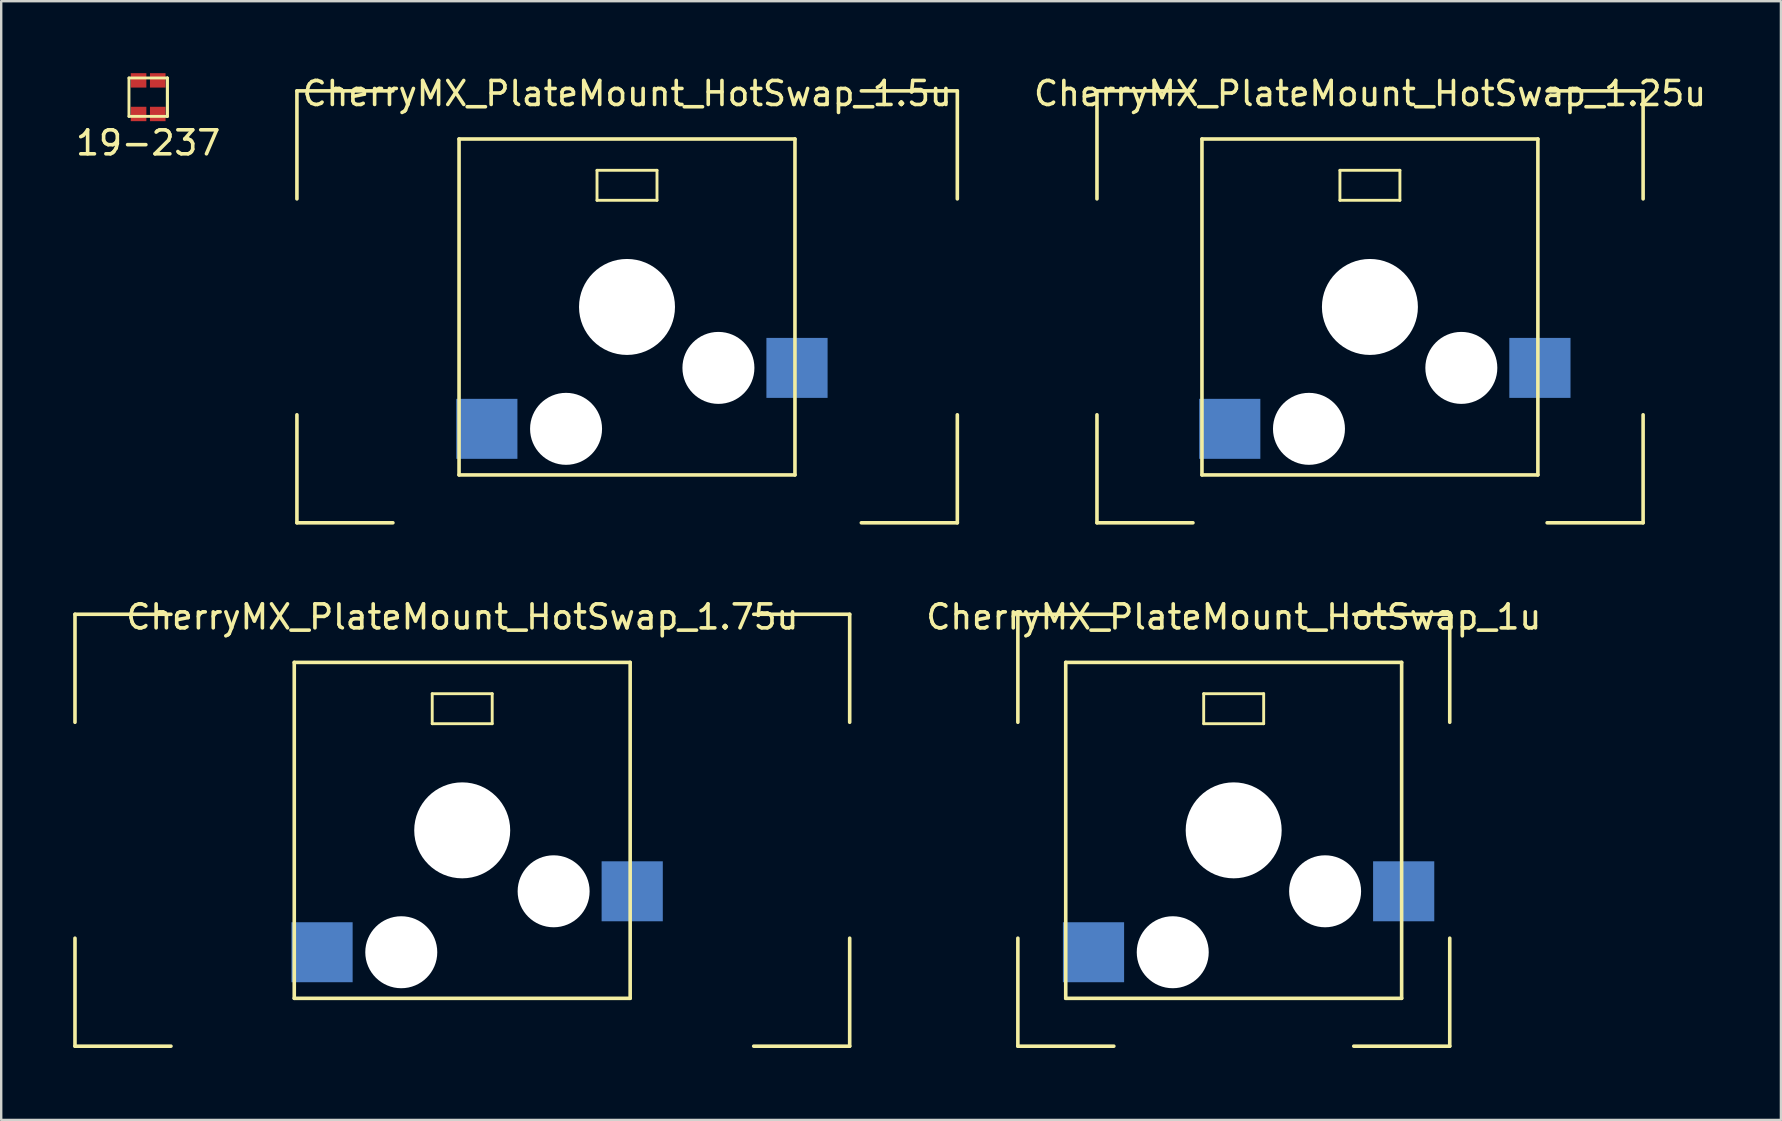
<source format=kicad_pcb>
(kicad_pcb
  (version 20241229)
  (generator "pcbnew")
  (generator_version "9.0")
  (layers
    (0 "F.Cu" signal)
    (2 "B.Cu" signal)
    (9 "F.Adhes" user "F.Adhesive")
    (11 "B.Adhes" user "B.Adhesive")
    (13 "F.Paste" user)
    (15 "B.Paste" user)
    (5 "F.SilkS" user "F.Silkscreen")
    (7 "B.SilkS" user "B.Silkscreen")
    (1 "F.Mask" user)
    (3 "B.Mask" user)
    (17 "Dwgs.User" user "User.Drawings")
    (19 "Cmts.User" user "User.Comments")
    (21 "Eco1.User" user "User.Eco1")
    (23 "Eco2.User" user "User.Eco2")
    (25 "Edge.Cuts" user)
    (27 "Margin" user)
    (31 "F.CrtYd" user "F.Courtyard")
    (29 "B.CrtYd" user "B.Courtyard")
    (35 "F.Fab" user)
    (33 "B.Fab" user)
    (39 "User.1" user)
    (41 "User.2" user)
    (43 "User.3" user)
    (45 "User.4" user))
  (footprint "CherryMX_PlateMount_HotSwap_1.75u"
    (layer "F.Cu")
    (at 16.219 31.552)
    (property "Reference" "CherryMX_PlateMount_HotSwap_1.75u" (at 0 -8.89 0) (layer "F.SilkS") (effects (font (size 1 1) (thickness 0.15))))
    (attr smd)
    (fp_line (start -16.144 -9) (end -16.144 -4.5) (stroke (width 0.15) (type solid)) (layer "F.SilkS"))
    (fp_line (start -16.144 -9) (end -12.144 -9) (stroke (width 0.15) (type solid)) (layer "F.SilkS"))
    (fp_line (start -16.144 4.5) (end -16.144 9) (stroke (width 0.15) (type solid)) (layer "F.SilkS"))
    (fp_line (start -16.144 9) (end -12.144 9) (stroke (width 0.15) (type solid)) (layer "F.SilkS"))
    (fp_line (start -7.005 -6.995) (end 6.995 -6.995) (stroke (width 0.15) (type solid)) (layer "F.SilkS"))
    (fp_line (start -7.005 7.005) (end -7.005 -6.995) (stroke (width 0.15) (type solid)) (layer "F.SilkS"))
    (fp_line (start -1.255 -5.69) (end -1.255 -4.44) (stroke (width 0.12) (type solid)) (layer "F.SilkS"))
    (fp_line (start 1.245 -5.69) (end -1.255 -5.69) (stroke (width 0.12) (type solid)) (layer "F.SilkS"))
    (fp_line (start 1.245 -4.44) (end -1.255 -4.44) (stroke (width 0.12) (type solid)) (layer "F.SilkS"))
    (fp_line (start 1.245 -4.44) (end 1.245 -5.69) (stroke (width 0.12) (type solid)) (layer "F.SilkS"))
    (fp_line (start 6.995 -6.995) (end 6.995 7.005) (stroke (width 0.15) (type solid)) (layer "F.SilkS"))
    (fp_line (start 6.995 7.005) (end -7.005 7.005) (stroke (width 0.15) (type solid)) (layer "F.SilkS"))
    (fp_line (start 12.144 9) (end 16.144 9) (stroke (width 0.15) (type solid)) (layer "F.SilkS"))
    (fp_line (start 16.144 -9) (end 12.144 -9) (stroke (width 0.15) (type solid)) (layer "F.SilkS"))
    (fp_line (start 16.144 -4.5) (end 16.144 -9) (stroke (width 0.15) (type solid)) (layer "F.SilkS"))
    (fp_line (start 16.144 4.5) (end 16.144 9) (stroke (width 0.15) (type solid)) (layer "F.SilkS"))
    (pad "" np_thru_hole circle (at -2.545 5.085 180) (size 3 3) (drill 3) (layers "*.Cu" "*.Mask"))
    (pad "" np_thru_hole circle (at -0.005 0.005 180) (size 4 4) (drill 4) (layers "*.Cu" "*.Mask"))
    (pad "" np_thru_hole circle (at 3.805 2.545 180) (size 3 3) (drill 3) (layers "*.Cu" "*.Mask"))
    (pad "1" smd rect (at 7.08 2.545 180) (size 2.55 2.5) (layers "B.Cu" "B.Mask" "B.Paste"))
    (pad "2" smd rect (at -5.847 5.085 180) (size 2.55 2.5) (layers "B.Cu" "B.Mask" "B.Paste")))
  (footprint "CherryMX_PlateMount_HotSwap_1u"
    (layer "F.Cu")
    (at 48.372 31.552)
    (property "Reference" "CherryMX_PlateMount_HotSwap_1u" (at 0 -8.89 0) (layer "F.SilkS") (effects (font (size 1 1) (thickness 0.15))))
    (attr smd)
    (fp_line (start -9 -9) (end -9 -4.5) (stroke (width 0.15) (type solid)) (layer "F.SilkS"))
    (fp_line (start -9 -9) (end -5 -9) (stroke (width 0.15) (type solid)) (layer "F.SilkS"))
    (fp_line (start -9 4.5) (end -9 9) (stroke (width 0.15) (type solid)) (layer "F.SilkS"))
    (fp_line (start -9 9) (end -5 9) (stroke (width 0.15) (type solid)) (layer "F.SilkS"))
    (fp_line (start -7.005 -6.995) (end 6.995 -6.995) (stroke (width 0.15) (type solid)) (layer "F.SilkS"))
    (fp_line (start -7.005 7.005) (end -7.005 -6.995) (stroke (width 0.15) (type solid)) (layer "F.SilkS"))
    (fp_line (start -1.255 -5.69) (end -1.255 -4.44) (stroke (width 0.12) (type solid)) (layer "F.SilkS"))
    (fp_line (start 1.245 -5.69) (end -1.255 -5.69) (stroke (width 0.12) (type solid)) (layer "F.SilkS"))
    (fp_line (start 1.245 -4.44) (end -1.255 -4.44) (stroke (width 0.12) (type solid)) (layer "F.SilkS"))
    (fp_line (start 1.245 -4.44) (end 1.245 -5.69) (stroke (width 0.12) (type solid)) (layer "F.SilkS"))
    (fp_line (start 5 9) (end 9 9) (stroke (width 0.15) (type solid)) (layer "F.SilkS"))
    (fp_line (start 6.995 -6.995) (end 6.995 7.005) (stroke (width 0.15) (type solid)) (layer "F.SilkS"))
    (fp_line (start 6.995 7.005) (end -7.005 7.005) (stroke (width 0.15) (type solid)) (layer "F.SilkS"))
    (fp_line (start 9 -9) (end 5 -9) (stroke (width 0.15) (type solid)) (layer "F.SilkS"))
    (fp_line (start 9 -4.5) (end 9 -9) (stroke (width 0.15) (type solid)) (layer "F.SilkS"))
    (fp_line (start 9 4.5) (end 9 9) (stroke (width 0.15) (type solid)) (layer "F.SilkS"))
    (pad "" np_thru_hole circle (at -2.545 5.085 180) (size 3 3) (drill 3) (layers "*.Cu" "*.Mask"))
    (pad "" np_thru_hole circle (at -0.005 0.005 180) (size 4 4) (drill 4) (layers "*.Cu" "*.Mask"))
    (pad "" np_thru_hole circle (at 3.805 2.545 180) (size 3 3) (drill 3) (layers "*.Cu" "*.Mask"))
    (pad "1" smd rect (at 7.08 2.545 180) (size 2.55 2.5) (layers "B.Cu" "B.Mask" "B.Paste"))
    (pad "2" smd rect (at -5.847 5.085 180) (size 2.55 2.5) (layers "B.Cu" "B.Mask" "B.Paste")))
  (footprint "CherryMX_PlateMount_HotSwap_1.25u"
    (layer "F.Cu")
    (at 54.05 9.738)
    (property "Reference" "CherryMX_PlateMount_HotSwap_1.25u" (at 0 -8.89 0) (layer "F.SilkS") (effects (font (size 1 1) (thickness 0.15))))
    (attr smd)
    (fp_line (start -11.381 -9) (end -11.381 -4.5) (stroke (width 0.15) (type solid)) (layer "F.SilkS"))
    (fp_line (start -11.381 -9) (end -7.381 -9) (stroke (width 0.15) (type solid)) (layer "F.SilkS"))
    (fp_line (start -11.381 4.5) (end -11.381 9) (stroke (width 0.15) (type solid)) (layer "F.SilkS"))
    (fp_line (start -11.381 9) (end -7.381 9) (stroke (width 0.15) (type solid)) (layer "F.SilkS"))
    (fp_line (start -7.005 -6.995) (end 6.995 -6.995) (stroke (width 0.15) (type solid)) (layer "F.SilkS"))
    (fp_line (start -7.005 7.005) (end -7.005 -6.995) (stroke (width 0.15) (type solid)) (layer "F.SilkS"))
    (fp_line (start -1.255 -5.69) (end -1.255 -4.44) (stroke (width 0.12) (type solid)) (layer "F.SilkS"))
    (fp_line (start 1.245 -5.69) (end -1.255 -5.69) (stroke (width 0.12) (type solid)) (layer "F.SilkS"))
    (fp_line (start 1.245 -4.44) (end -1.255 -4.44) (stroke (width 0.12) (type solid)) (layer "F.SilkS"))
    (fp_line (start 1.245 -4.44) (end 1.245 -5.69) (stroke (width 0.12) (type solid)) (layer "F.SilkS"))
    (fp_line (start 6.995 -6.995) (end 6.995 7.005) (stroke (width 0.15) (type solid)) (layer "F.SilkS"))
    (fp_line (start 6.995 7.005) (end -7.005 7.005) (stroke (width 0.15) (type solid)) (layer "F.SilkS"))
    (fp_line (start 7.381 9) (end 11.381 9) (stroke (width 0.15) (type solid)) (layer "F.SilkS"))
    (fp_line (start 11.381 -9) (end 7.381 -9) (stroke (width 0.15) (type solid)) (layer "F.SilkS"))
    (fp_line (start 11.381 -4.5) (end 11.381 -9) (stroke (width 0.15) (type solid)) (layer "F.SilkS"))
    (fp_line (start 11.381 4.5) (end 11.381 9) (stroke (width 0.15) (type solid)) (layer "F.SilkS"))
    (pad "" np_thru_hole circle (at -2.545 5.085 180) (size 3 3) (drill 3) (layers "*.Cu" "*.Mask"))
    (pad "" np_thru_hole circle (at -0.005 0.005 180) (size 4 4) (drill 4) (layers "*.Cu" "*.Mask"))
    (pad "" np_thru_hole circle (at 3.805 2.545 180) (size 3 3) (drill 3) (layers "*.Cu" "*.Mask"))
    (pad "1" smd rect (at 7.08 2.545 180) (size 2.55 2.5) (layers "B.Cu" "B.Mask" "B.Paste"))
    (pad "2" smd rect (at -5.847 5.085 180) (size 2.55 2.5) (layers "B.Cu" "B.Mask" "B.Paste")))
  (footprint "CherryMX_PlateMount_HotSwap_1.5u"
    (layer "F.Cu")
    (at 23.087 9.738)
    (property "Reference" "CherryMX_PlateMount_HotSwap_1.5u" (at 0 -8.89 0) (layer "F.SilkS") (effects (font (size 1 1) (thickness 0.15))))
    (attr smd)
    (fp_line (start -13.762 -9) (end -13.762 -4.5) (stroke (width 0.15) (type solid)) (layer "F.SilkS"))
    (fp_line (start -13.762 -9) (end -9.762 -9) (stroke (width 0.15) (type solid)) (layer "F.SilkS"))
    (fp_line (start -13.762 4.5) (end -13.762 9) (stroke (width 0.15) (type solid)) (layer "F.SilkS"))
    (fp_line (start -13.762 9) (end -9.762 9) (stroke (width 0.15) (type solid)) (layer "F.SilkS"))
    (fp_line (start -7.005 -6.995) (end 6.995 -6.995) (stroke (width 0.15) (type solid)) (layer "F.SilkS"))
    (fp_line (start -7.005 7.005) (end -7.005 -6.995) (stroke (width 0.15) (type solid)) (layer "F.SilkS"))
    (fp_line (start -1.255 -5.69) (end -1.255 -4.44) (stroke (width 0.12) (type solid)) (layer "F.SilkS"))
    (fp_line (start 1.245 -5.69) (end -1.255 -5.69) (stroke (width 0.12) (type solid)) (layer "F.SilkS"))
    (fp_line (start 1.245 -4.44) (end -1.255 -4.44) (stroke (width 0.12) (type solid)) (layer "F.SilkS"))
    (fp_line (start 1.245 -4.44) (end 1.245 -5.69) (stroke (width 0.12) (type solid)) (layer "F.SilkS"))
    (fp_line (start 6.995 -6.995) (end 6.995 7.005) (stroke (width 0.15) (type solid)) (layer "F.SilkS"))
    (fp_line (start 6.995 7.005) (end -7.005 7.005) (stroke (width 0.15) (type solid)) (layer "F.SilkS"))
    (fp_line (start 9.762 9) (end 13.762 9) (stroke (width 0.15) (type solid)) (layer "F.SilkS"))
    (fp_line (start 13.762 -9) (end 9.762 -9) (stroke (width 0.15) (type solid)) (layer "F.SilkS"))
    (fp_line (start 13.762 -4.5) (end 13.762 -9) (stroke (width 0.15) (type solid)) (layer "F.SilkS"))
    (fp_line (start 13.762 4.5) (end 13.762 9) (stroke (width 0.15) (type solid)) (layer "F.SilkS"))
    (pad "" np_thru_hole circle (at -2.545 5.085 180) (size 3 3) (drill 3) (layers "*.Cu" "*.Mask"))
    (pad "" np_thru_hole circle (at -0.005 0.005 180) (size 4 4) (drill 4) (layers "*.Cu" "*.Mask"))
    (pad "" np_thru_hole circle (at 3.805 2.545 180) (size 3 3) (drill 3) (layers "*.Cu" "*.Mask"))
    (pad "1" smd rect (at 7.08 2.545 180) (size 2.55 2.5) (layers "B.Cu" "B.Mask" "B.Paste"))
    (pad "2" smd rect (at -5.847 5.085 180) (size 2.55 2.5) (layers "B.Cu" "B.Mask" "B.Paste")))
  (footprint "19-237"
    (layer "F.Cu")
    (at 3.125 1)
    (property "Reference" "19-237" (at 0 1.905 0) (layer "F.SilkS") (effects (font (size 1 1) (thickness 0.15))))
    (attr smd)
    (fp_line (start -0.8 -0.8) (end 0.8 -0.8) (stroke (width 0.12) (type solid)) (layer "F.SilkS"))
    (fp_line (start -0.8 0.8) (end -0.8 -0.8) (stroke (width 0.12) (type solid)) (layer "F.SilkS"))
    (fp_line (start 0.8 -0.8) (end 0.8 0.8) (stroke (width 0.12) (type solid)) (layer "F.SilkS"))
    (fp_line (start 0.8 0.8) (end -0.8 0.8) (stroke (width 0.12) (type solid)) (layer "F.SilkS"))
    (fp_line (start 0.8 0.8) (end 0.8 -0.8) (stroke (width 0.12) (type solid)) (layer "F.SilkS"))
    (pad "1" smd rect (at -0.4 -0.7 90) (size 0.6 0.65) (layers "F.Cu" "F.Mask" "F.Paste"))
    (pad "2" smd rect (at -0.4 0.7 90) (size 0.6 0.65) (layers "F.Cu" "F.Mask" "F.Paste"))
    (pad "3" smd rect (at 0.4 -0.7 90) (size 0.6 0.65) (layers "F.Cu" "F.Mask" "F.Paste"))
    (pad "4" smd rect (at 0.4 0.7 90) (size 0.6 0.65) (layers "F.Cu" "F.Mask" "F.Paste")))
  (gr_rect
    (start -3 -3)
    (end 71.175 43.627)
    (stroke (width 0.1) (type default))
    (fill no)
    (layer "Edge.Cuts")))
</source>
